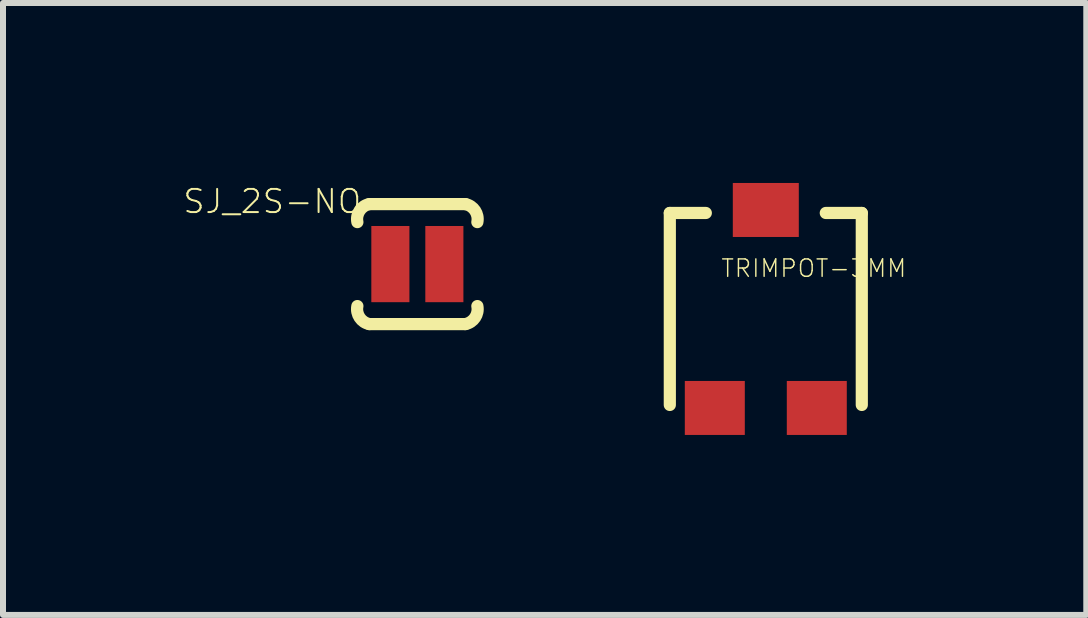
<source format=kicad_pcb>
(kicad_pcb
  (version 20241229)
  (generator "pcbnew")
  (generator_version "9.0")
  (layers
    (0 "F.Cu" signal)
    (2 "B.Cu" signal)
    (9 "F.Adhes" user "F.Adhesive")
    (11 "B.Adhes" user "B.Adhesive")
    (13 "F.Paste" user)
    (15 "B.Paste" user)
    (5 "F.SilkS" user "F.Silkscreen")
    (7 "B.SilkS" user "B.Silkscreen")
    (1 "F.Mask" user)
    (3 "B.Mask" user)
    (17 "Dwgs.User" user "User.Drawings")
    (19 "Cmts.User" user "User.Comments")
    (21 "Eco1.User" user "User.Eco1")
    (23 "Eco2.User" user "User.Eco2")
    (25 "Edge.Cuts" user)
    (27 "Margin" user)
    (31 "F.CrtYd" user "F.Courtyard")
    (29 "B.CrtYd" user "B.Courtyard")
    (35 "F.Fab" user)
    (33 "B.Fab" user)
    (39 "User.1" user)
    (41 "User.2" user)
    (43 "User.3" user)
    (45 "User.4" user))
  (footprint "SJ_2S-NO"
    (layer "F.Cu")
    (at 3.907 1.352)
    (property "Reference" "SJ_2S-NO" (at -0.908 -1.27 0) (layer "F.SilkS") (effects (font (size 0.386 0.386) (thickness 0.033)) (justify right top)))
    (attr through_hole)
    (fp_line (start -0.8 -1) (end 0.8 -1) (stroke (width 0.203) (type solid)) (layer "F.SilkS"))
    (fp_line (start 0.8 1) (end -0.8 1) (stroke (width 0.203) (type solid)) (layer "F.SilkS"))
    (fp_arc (start -1 -0.7) (mid -0.962132 -0.891421) (end -0.8 -1) (stroke (width 0.2032) (type solid)) (layer "F.SilkS"))
    (fp_arc (start -0.8 1) (mid -0.962132 0.891421) (end -1 0.7) (stroke (width 0.2032) (type solid)) (layer "F.SilkS"))
    (fp_arc (start 0.8 -1) (mid 0.962132 -0.891421) (end 1 -0.7) (stroke (width 0.2032) (type solid)) (layer "F.SilkS"))
    (fp_arc (start 1 0.7) (mid 0.962132 0.891421) (end 0.8 1) (stroke (width 0.2032) (type solid)) (layer "F.SilkS"))
    (pad "1" smd rect (at -0.45 0) (size 0.635 1.27) (layers "F.Cu" "F.Mask"))
    (pad "2" smd rect (at 0.45 0) (size 0.635 1.27) (layers "F.Cu" "F.Mask")))
  (footprint "TRIMPOT-3MM"
    (layer "F.Cu")
    (at 9.715 2.1)
    (property "Reference" "TRIMPOT-3MM" (at -0.762 -0.508 0) (layer "F.SilkS") (effects (font (size 0.29 0.29) (thickness 0.024)) (justify left bottom)))
    (attr through_hole)
    (fp_line (start -1.6 -1.6) (end -1.6 1.6) (stroke (width 0.203) (type solid)) (layer "F.SilkS"))
    (fp_line (start -1 -1.6) (end -1.6 -1.6) (stroke (width 0.203) (type solid)) (layer "F.SilkS"))
    (fp_line (start 1 -1.6) (end 1.6 -1.6) (stroke (width 0.203) (type solid)) (layer "F.SilkS"))
    (fp_line (start 1.6 -1.6) (end 1.6 1.6) (stroke (width 0.203) (type solid)) (layer "F.SilkS"))
    (pad "1" smd rect (at -0.85 1.65) (size 1 0.9) (layers "F.Cu" "F.Mask" "F.Paste"))
    (pad "2" smd rect (at 0 -1.65) (size 1.1 0.9) (layers "F.Cu" "F.Mask" "F.Paste"))
    (pad "3" smd rect (at 0.85 1.65) (size 1 0.9) (layers "F.Cu" "F.Mask" "F.Paste")))
  (gr_rect
    (start -3 -3)
    (end 15.057 7.2)
    (stroke (width 0.1) (type default))
    (fill no)
    (layer "Edge.Cuts")))
</source>
